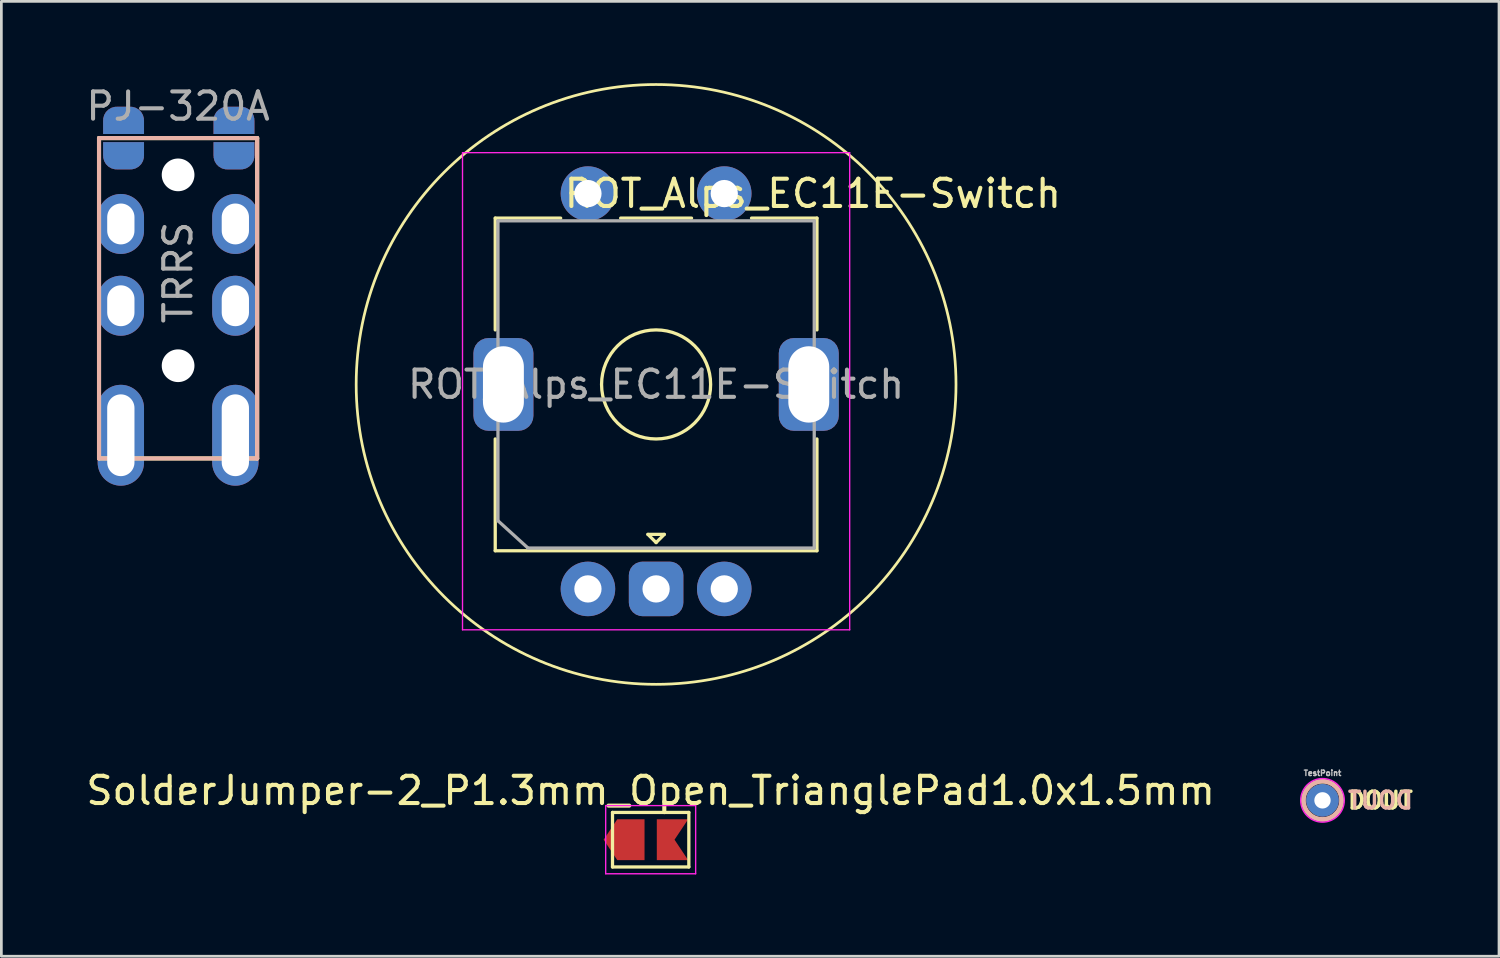
<source format=kicad_pcb>
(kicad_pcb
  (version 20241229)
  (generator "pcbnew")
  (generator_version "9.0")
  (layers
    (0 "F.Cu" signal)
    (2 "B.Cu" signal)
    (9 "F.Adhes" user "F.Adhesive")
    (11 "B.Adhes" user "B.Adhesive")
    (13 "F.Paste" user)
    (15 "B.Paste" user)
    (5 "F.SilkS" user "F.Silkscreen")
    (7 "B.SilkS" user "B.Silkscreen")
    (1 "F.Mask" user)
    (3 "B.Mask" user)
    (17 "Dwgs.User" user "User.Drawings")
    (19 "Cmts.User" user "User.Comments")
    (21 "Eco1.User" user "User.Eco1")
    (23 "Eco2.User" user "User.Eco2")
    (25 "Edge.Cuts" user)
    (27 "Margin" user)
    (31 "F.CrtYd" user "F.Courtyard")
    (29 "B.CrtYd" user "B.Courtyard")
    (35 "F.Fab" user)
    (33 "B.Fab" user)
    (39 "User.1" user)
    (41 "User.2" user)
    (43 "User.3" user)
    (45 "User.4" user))
  (footprint "TestPoint"
    (layer "F.Cu")
    (at 45.456 26.305)
    (property "Reference" "TestPoint" (at 0 -1 0) (layer "Dwgs.User") (effects (font (size 0.2 0.2) (thickness 0.05))))
    (property "Value" "DOUT" (at 0 1 0) (layer "F.Fab") (hide yes) (effects (font (size 0.2 0.2) (thickness 0.05))))
    (attr exclude_from_pos_files)
    (fp_circle (center 0 0) (end 0.7 0) (stroke (width 0.16) (type solid)) (fill no) (layer "F.SilkS"))
    (fp_circle (center 0 0) (end 0.7 0) (stroke (width 0.16) (type solid)) (fill no) (layer "B.SilkS"))
    (fp_circle (center 0 0) (end 0.8 0) (stroke (width 0.05) (type solid)) (fill no) (layer "F.CrtYd"))
    (fp_text user "${VALUE}" (at 0.864 0 0) (layer "F.SilkS") (effects (font (size 0.61 0.61) (thickness 0.127)) (justify left)))
    (fp_text user "${VALUE}" (at 0.864 0 0) (layer "B.SilkS") (effects (font (size 0.61 0.61) (thickness 0.127)) (justify right mirror)))
    (pad "1" thru_hole circle (at 0 0) (size 1.2 1.2) (drill 0.6) (layers "*.Cu" "*.Mask")))
  (footprint "ROT_Alps_EC11E-Switch"
    (layer "F.Cu")
    (at 21.014 11.05)
    (property "Reference" "ROT_Alps_EC11E-Switch" (at 5.75 -7 180) (layer "F.SilkS") (effects (font (size 1 1) (thickness 0.15))))
    (attr through_hole)
    (fp_line (start -5.9 -6.1) (end -3.5 -6.1) (stroke (width 0.12) (type solid)) (layer "F.SilkS"))
    (fp_line (start -5.9 -2) (end -5.9 -6.1) (stroke (width 0.12) (type solid)) (layer "F.SilkS"))
    (fp_line (start -5.9 2) (end -5.9 6.1) (stroke (width 0.12) (type solid)) (layer "F.SilkS"))
    (fp_line (start -5.9 6.1) (end 5.9 6.1) (stroke (width 0.12) (type solid)) (layer "F.SilkS"))
    (fp_line (start -1.3 -6.1) (end 1.3 -6.1) (stroke (width 0.12) (type solid)) (layer "F.SilkS"))
    (fp_line (start -0.3 5.5) (end 0.3 5.5) (stroke (width 0.12) (type solid)) (layer "F.SilkS"))
    (fp_line (start 0 5.8) (end -0.3 5.5) (stroke (width 0.12) (type solid)) (layer "F.SilkS"))
    (fp_line (start 0.3 5.5) (end 0 5.8) (stroke (width 0.12) (type solid)) (layer "F.SilkS"))
    (fp_line (start 3.5 -6.1) (end 5.9 -6.1) (stroke (width 0.12) (type solid)) (layer "F.SilkS"))
    (fp_line (start 5.9 -6.1) (end 5.9 -2) (stroke (width 0.12) (type solid)) (layer "F.SilkS"))
    (fp_line (start 5.9 2) (end 5.9 6.1) (stroke (width 0.12) (type solid)) (layer "F.SilkS"))
    (fp_circle (center 0 0) (end 0 -2) (stroke (width 0.12) (type solid)) (fill no) (layer "F.SilkS"))
    (fp_circle (center 0 0) (end 11 0) (stroke (width 0.1) (type default)) (fill no) (layer "F.SilkS"))
    (fp_line (start -7.1 9) (end -7.1 -8.5) (stroke (width 0.05) (type solid)) (layer "F.CrtYd"))
    (fp_line (start -7.1 9) (end 7.1 9) (stroke (width 0.05) (type solid)) (layer "F.CrtYd"))
    (fp_line (start 7.1 -8.5) (end -7.1 -8.5) (stroke (width 0.05) (type solid)) (layer "F.CrtYd"))
    (fp_line (start 7.1 -8.5) (end 7.1 9) (stroke (width 0.05) (type solid)) (layer "F.CrtYd"))
    (fp_line (start -5.8 -6) (end 5.8 -6) (stroke (width 0.12) (type solid)) (layer "F.Fab"))
    (fp_line (start -5.8 5) (end -5.8 -6) (stroke (width 0.12) (type solid)) (layer "F.Fab"))
    (fp_line (start -4.7 6) (end -5.8 5) (stroke (width 0.12) (type solid)) (layer "F.Fab"))
    (fp_line (start 5.8 -6) (end 5.8 6) (stroke (width 0.12) (type solid)) (layer "F.Fab"))
    (fp_line (start 5.8 6) (end -4.7 6) (stroke (width 0.12) (type solid)) (layer "F.Fab"))
    (fp_text user "${REFERENCE}" (at 0 0 180) (layer "F.Fab") (effects (font (size 1 1) (thickness 0.15))))
    (pad "A" thru_hole circle (at -2.5 7.5 90) (size 2 2) (drill 1) (layers "*.Cu" "B.Mask"))
    (pad "B" thru_hole circle (at 2.5 7.5 90) (size 2 2) (drill 1) (layers "*.Cu" "B.Mask"))
    (pad "C" thru_hole roundrect (at 0 7.5 90) (size 2 2) (drill 1) (layers "*.Cu" "B.Mask") (roundrect_rratio 0.25))
    (pad "MP" thru_hole roundrect (at -5.6 0 90) (size 3.4 2.2) (drill oval 2.8 1.5) (layers "*.Cu" "B.Mask") (roundrect_rratio 0.25))
    (pad "MP" thru_hole roundrect (at 5.6 0 90) (size 3.4 2.2) (drill oval 2.8 1.5) (layers "*.Cu" "B.Mask") (roundrect_rratio 0.25))
    (pad "S1" thru_hole circle (at 2.5 -7 90) (size 2 2) (drill 1) (layers "*.Cu" "B.Mask"))
    (pad "S2" thru_hole circle (at -2.5 -7 90) (size 2 2) (drill 1) (layers "*.Cu" "B.Mask")))
  (footprint "SolderJumper-2_P1.3mm_Open_TrianglePad1.0x1.5mm"
    (layer "F.Cu")
    (at 20.815 27.748)
    (property "Reference" "SolderJumper-2_P1.3mm_Open_TrianglePad1.0x1.5mm" (at 0 -1.8 0) (layer "F.SilkS") (effects (font (size 1 1) (thickness 0.15))))
    (attr exclude_from_pos_files)
    (fp_line (start -1.4 -1) (end 1.4 -1) (stroke (width 0.12) (type solid)) (layer "F.SilkS"))
    (fp_line (start -1.4 1) (end -1.4 -1) (stroke (width 0.12) (type solid)) (layer "F.SilkS"))
    (fp_line (start 1.4 -1) (end 1.4 1) (stroke (width 0.12) (type solid)) (layer "F.SilkS"))
    (fp_line (start 1.4 1) (end -1.4 1) (stroke (width 0.12) (type solid)) (layer "F.SilkS"))
    (fp_line (start -1.65 -1.25) (end -1.65 1.25) (stroke (width 0.05) (type solid)) (layer "F.CrtYd"))
    (fp_line (start -1.65 -1.25) (end 1.65 -1.25) (stroke (width 0.05) (type solid)) (layer "F.CrtYd"))
    (fp_line (start 1.65 1.25) (end -1.65 1.25) (stroke (width 0.05) (type solid)) (layer "F.CrtYd"))
    (fp_line (start 1.65 1.25) (end 1.65 -1.25) (stroke (width 0.05) (type solid)) (layer "F.CrtYd"))
    (pad "1" smd custom (at -0.725 0 180) (size 0.3 0.3) (layers "F.Cu" "F.Mask") (options (anchor rect)) (primitives (gr_poly (pts (xy 1 0) (xy 0.5 0.75) (xy -0.5 0.75) (xy -0.5 -0.75) (xy 0.5 -0.75)) (width 0) (fill yes))))
    (pad "2" smd custom (at 0.725 0 180) (size 0.3 0.3) (layers "F.Cu" "F.Mask") (options (anchor rect)) (primitives (gr_poly (pts (xy 0.5 0.75) (xy -0.65 0.75) (xy -0.15 0) (xy -0.65 -0.75) (xy 0.5 -0.75)) (width 0) (fill yes)))))
  (footprint "PJ-320A"
    (layer "F.Cu")
    (at 3.482 1.864)
    (property "Reference" "PJ-320A" (at 0 -1.016 180) (layer "F.Fab") (effects (font (size 1 1) (thickness 0.15))))
    (attr through_hole)
    (fp_line (start -2.9 0.15) (end 2.9 0.15) (stroke (width 0.15) (type solid)) (layer "F.SilkS"))
    (fp_line (start -2.9 11.9) (end -2.9 0.15) (stroke (width 0.15) (type solid)) (layer "F.SilkS"))
    (fp_line (start 2.9 0.15) (end 2.9 11.9) (stroke (width 0.15) (type solid)) (layer "F.SilkS"))
    (fp_line (start 2.9 11.9) (end -2.9 11.9) (stroke (width 0.15) (type solid)) (layer "F.SilkS"))
    (fp_line (start -2.9 0.15) (end -2.9 11.9) (stroke (width 0.15) (type solid)) (layer "B.SilkS"))
    (fp_line (start -2.9 11.9) (end 2.9 11.9) (stroke (width 0.15) (type solid)) (layer "B.SilkS"))
    (fp_line (start 2.9 0.15) (end -2.9 0.15) (stroke (width 0.15) (type solid)) (layer "B.SilkS"))
    (fp_line (start 2.9 11.9) (end 2.9 0.15) (stroke (width 0.15) (type solid)) (layer "B.SilkS"))
    (fp_text user "TRRS" (at 0 5.08 90) (layer "F.Fab") (effects (font (size 1 1) (thickness 0.15))))
    (pad "" np_thru_hole circle (at 0 1.5 180) (size 1.2 1.2) (drill 1.2) (layers "*.Cu" "*.Mask"))
    (pad "" np_thru_hole circle (at 0 8.5) (size 1.2 1.2) (drill 1.2) (layers "*.Cu" "*.Mask"))
    (pad "1" smd custom (at 2.05 -0.5 270) (size 1 0.5) (layers "F.Cu" "F.Mask") (options (anchor rect)) (primitives (gr_circle (center 0 0.25) (end 0.5 0.25) (width 0) (fill yes)) (gr_circle (center 0 -0.25) (end 0.5 -0.25) (width 0) (fill yes)) (gr_poly (pts (xy 0.5 0.75) (xy 0 0.75) (xy 0 -0.75) (xy 0.5 -0.75)) (width 0) (fill yes))))
    (pad "1" smd custom (at 2.05 -0.5 90) (size 1 0.5) (layers "B.Cu" "B.Mask") (options (anchor rect)) (primitives (gr_circle (center 0 0.25) (end 0.5 0.25) (width 0) (fill yes)) (gr_circle (center 0 -0.25) (end 0.5 -0.25) (width 0) (fill yes)) (gr_poly (pts (xy 0 0.75) (xy -0.5 0.75) (xy -0.5 -0.75) (xy 0 -0.75)) (width 0) (fill yes))))
    (pad "2" thru_hole oval (at -2.1 3.3 180) (size 1.7 2.2) (drill oval 1 1.5) (layers "*.Cu" "*.Paste" "*.Mask"))
    (pad "2" thru_hole oval (at 2.1 3.3) (size 1.7 2.2) (drill oval 1 1.5) (layers "*.Cu" "*.Paste" "*.Mask"))
    (pad "3" smd custom (at -2 -0.5 90) (size 1 0.5) (layers "F.Cu" "F.Mask") (options (anchor rect)) (primitives (gr_circle (center 0 0.25) (end 0.5 0.25) (width 0) (fill yes)) (gr_circle (center 0 -0.25) (end 0.5 -0.25) (width 0) (fill yes)) (gr_poly (pts (xy 0 0.75) (xy -0.5 0.75) (xy -0.5 -0.75) (xy 0 -0.75)) (width 0) (fill yes))))
    (pad "3" smd custom (at -2 -0.5 270) (size 1 0.5) (layers "B.Cu" "B.Mask") (options (anchor rect)) (primitives (gr_circle (center 0 0.25) (end 0.5 0.25) (width 0) (fill yes)) (gr_circle (center 0 -0.25) (end 0.5 -0.25) (width 0) (fill yes)) (gr_poly (pts (xy 0.5 0.75) (xy 0 0.75) (xy 0 -0.75) (xy 0.5 -0.75)) (width 0) (fill yes))))
    (pad "4" thru_hole oval (at -2.1 6.3 180) (size 1.7 2.2) (drill oval 1 1.5) (layers "*.Cu" "*.Paste" "*.Mask"))
    (pad "4" thru_hole oval (at 2.1 6.3) (size 1.7 2.2) (drill oval 1 1.5) (layers "*.Cu" "*.Paste" "*.Mask"))
    (pad "A" thru_hole oval (at -2.1 11.05 180) (size 1.7 3.7) (drill oval 1 3) (layers "*.Cu" "*.Paste" "*.Mask"))
    (pad "A" smd custom (at -2 0.8 90) (size 1 0.5) (layers "F.Cu" "F.Mask") (options (anchor rect)) (primitives (gr_circle (center 0 0.25) (end 0.5 0.25) (width 0) (fill yes)) (gr_circle (center 0 -0.25) (end 0.5 -0.25) (width 0) (fill yes)) (gr_poly (pts (xy 0.5 0.75) (xy 0 0.75) (xy 0 -0.75) (xy 0.5 -0.75)) (width 0) (fill yes))))
    (pad "A" smd custom (at 2.05 0.8 90) (size 1 0.5) (layers "B.Cu" "B.Mask") (options (anchor rect)) (primitives (gr_circle (center 0 0.25) (end 0.5 0.25) (width 0) (fill yes)) (gr_circle (center 0 -0.25) (end 0.5 -0.25) (width 0) (fill yes)) (gr_poly (pts (xy 0.5 0.75) (xy 0 0.75) (xy 0 -0.75) (xy 0.5 -0.75)) (width 0) (fill yes))))
    (pad "B" smd custom (at -2 0.8 270) (size 1 0.5) (layers "B.Cu" "B.Mask") (options (anchor rect)) (primitives (gr_circle (center 0 0.25) (end 0.5 0.25) (width 0) (fill yes)) (gr_circle (center 0 -0.25) (end 0.5 -0.25) (width 0) (fill yes)) (gr_poly (pts (xy 0 0.75) (xy -0.5 0.75) (xy -0.5 -0.75) (xy 0 -0.75)) (width 0) (fill yes))))
    (pad "B" smd custom (at 2.05 0.8 270) (size 1 0.5) (layers "F.Cu" "F.Mask") (options (anchor rect)) (primitives (gr_circle (center 0 0.25) (end 0.5 0.25) (width 0) (fill yes)) (gr_circle (center 0 -0.25) (end 0.5 -0.25) (width 0) (fill yes)) (gr_poly (pts (xy 0 0.75) (xy -0.5 0.75) (xy -0.5 -0.75) (xy 0 -0.75)) (width 0) (fill yes))))
    (pad "B" thru_hole oval (at 2.1 11.05 180) (size 1.7 3.7) (drill oval 1 3) (layers "*.Cu" "*.Paste" "*.Mask")))
  (gr_rect
    (start -3 -3)
    (end 51.93 32.023)
    (stroke (width 0.1) (type default))
    (fill no)
    (layer "Edge.Cuts")))
</source>
